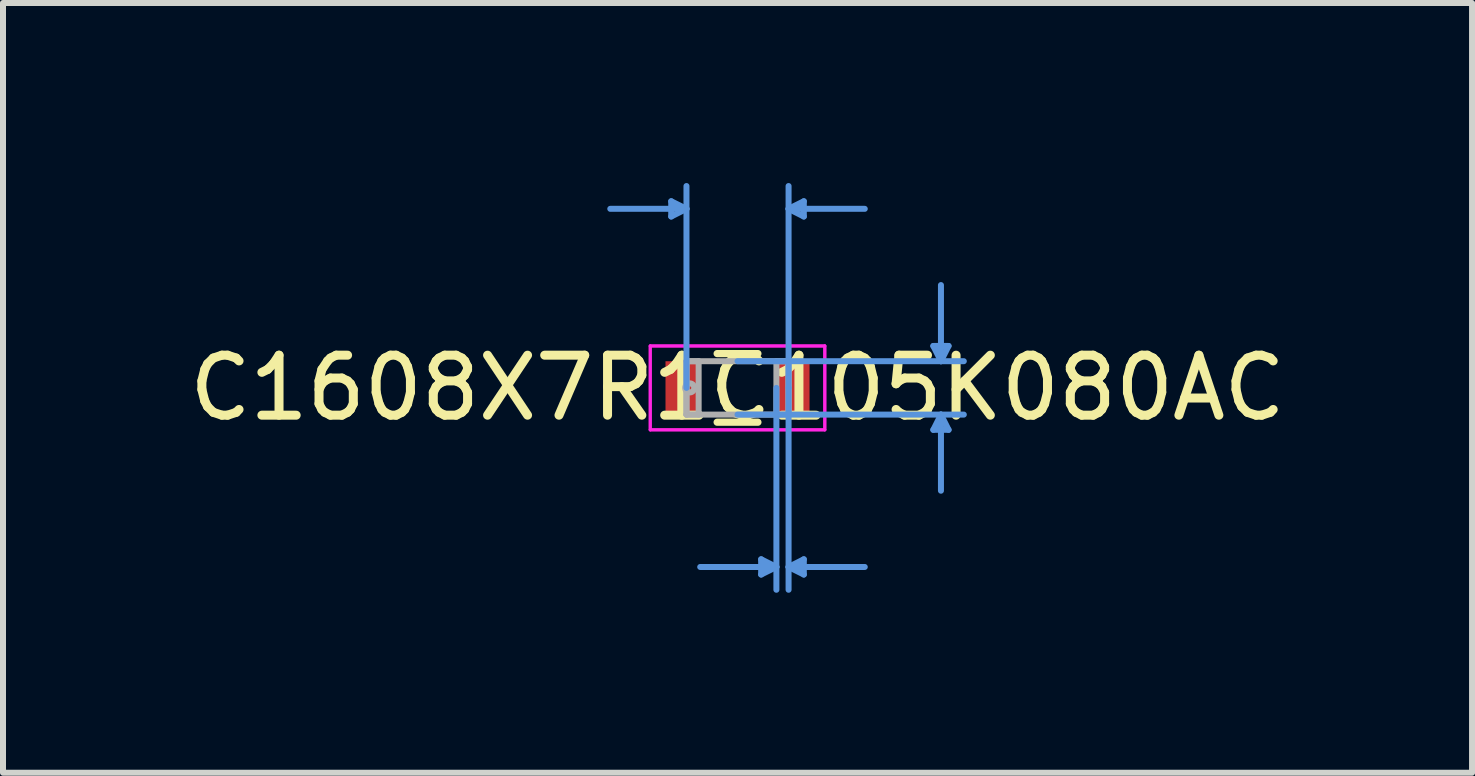
<source format=kicad_pcb>
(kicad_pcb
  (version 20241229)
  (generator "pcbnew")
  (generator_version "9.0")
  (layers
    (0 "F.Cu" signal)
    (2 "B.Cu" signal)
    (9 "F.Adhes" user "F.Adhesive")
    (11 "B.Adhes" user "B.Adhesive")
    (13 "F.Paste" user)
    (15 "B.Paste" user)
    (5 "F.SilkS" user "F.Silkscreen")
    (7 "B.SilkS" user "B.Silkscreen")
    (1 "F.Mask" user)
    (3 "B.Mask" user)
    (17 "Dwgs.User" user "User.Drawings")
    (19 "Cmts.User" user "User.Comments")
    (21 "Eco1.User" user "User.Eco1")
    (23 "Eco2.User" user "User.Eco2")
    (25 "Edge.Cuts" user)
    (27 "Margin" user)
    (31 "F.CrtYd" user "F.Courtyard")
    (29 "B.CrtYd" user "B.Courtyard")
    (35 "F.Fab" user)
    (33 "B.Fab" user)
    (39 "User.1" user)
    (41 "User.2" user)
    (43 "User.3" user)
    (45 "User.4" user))
  (footprint "C1608X7R1C105K080AC"
    (layer "F.Cu")
    (at 9.244 3.416)
    (property "Reference" "C1608X7R1C105K080AC" (at 0 0 0) (layer "F.SilkS") (effects (font (size 1 1) (thickness 0.15))))
    (attr through_hole)
    (fp_line (start -0.34 0.572) (end 0.34 0.572) (stroke (width 0.12) (type solid)) (layer "F.SilkS"))
    (fp_line (start 0.34 -0.572) (end -0.34 -0.572) (stroke (width 0.12) (type solid)) (layer "F.SilkS"))
    (fp_line (start -1.105 -3.111) (end -1.105 -2.857) (stroke (width 0.1) (type solid)) (layer "Cmts.User"))
    (fp_line (start -0.851 -2.985) (end -2.121 -2.985) (stroke (width 0.1) (type solid)) (layer "Cmts.User"))
    (fp_line (start -0.851 -2.985) (end -1.105 -3.111) (stroke (width 0.1) (type solid)) (layer "Cmts.User"))
    (fp_line (start -0.851 -2.985) (end -1.105 -2.857) (stroke (width 0.1) (type solid)) (layer "Cmts.User"))
    (fp_line (start -0.851 0) (end -0.851 -3.365) (stroke (width 0.1) (type solid)) (layer "Cmts.User"))
    (fp_line (start 0 -0.445) (end 3.772 -0.445) (stroke (width 0.1) (type solid)) (layer "Cmts.User"))
    (fp_line (start 0 0.445) (end 3.772 0.445) (stroke (width 0.1) (type solid)) (layer "Cmts.User"))
    (fp_line (start 0.394 2.857) (end 0.394 3.111) (stroke (width 0.1) (type solid)) (layer "Cmts.User"))
    (fp_line (start 0.648 0) (end 0.648 3.365) (stroke (width 0.1) (type solid)) (layer "Cmts.User"))
    (fp_line (start 0.648 2.985) (end -0.622 2.985) (stroke (width 0.1) (type solid)) (layer "Cmts.User"))
    (fp_line (start 0.648 2.985) (end 0.394 2.857) (stroke (width 0.1) (type solid)) (layer "Cmts.User"))
    (fp_line (start 0.648 2.985) (end 0.394 3.111) (stroke (width 0.1) (type solid)) (layer "Cmts.User"))
    (fp_line (start 0.851 -2.985) (end 1.105 -3.111) (stroke (width 0.1) (type solid)) (layer "Cmts.User"))
    (fp_line (start 0.851 -2.985) (end 1.105 -2.857) (stroke (width 0.1) (type solid)) (layer "Cmts.User"))
    (fp_line (start 0.851 -2.985) (end 2.121 -2.985) (stroke (width 0.1) (type solid)) (layer "Cmts.User"))
    (fp_line (start 0.851 0) (end 0.851 -3.365) (stroke (width 0.1) (type solid)) (layer "Cmts.User"))
    (fp_line (start 0.851 0) (end 0.851 3.365) (stroke (width 0.1) (type solid)) (layer "Cmts.User"))
    (fp_line (start 0.851 2.985) (end 1.105 2.857) (stroke (width 0.1) (type solid)) (layer "Cmts.User"))
    (fp_line (start 0.851 2.985) (end 1.105 3.111) (stroke (width 0.1) (type solid)) (layer "Cmts.User"))
    (fp_line (start 0.851 2.985) (end 2.121 2.985) (stroke (width 0.1) (type solid)) (layer "Cmts.User"))
    (fp_line (start 1.105 -3.111) (end 1.105 -2.857) (stroke (width 0.1) (type solid)) (layer "Cmts.User"))
    (fp_line (start 1.105 2.857) (end 1.105 3.111) (stroke (width 0.1) (type solid)) (layer "Cmts.User"))
    (fp_line (start 3.264 -0.699) (end 3.518 -0.699) (stroke (width 0.1) (type solid)) (layer "Cmts.User"))
    (fp_line (start 3.264 0.699) (end 3.518 0.699) (stroke (width 0.1) (type solid)) (layer "Cmts.User"))
    (fp_line (start 3.391 -0.445) (end 3.264 -0.699) (stroke (width 0.1) (type solid)) (layer "Cmts.User"))
    (fp_line (start 3.391 -0.445) (end 3.391 -1.714) (stroke (width 0.1) (type solid)) (layer "Cmts.User"))
    (fp_line (start 3.391 -0.445) (end 3.518 -0.699) (stroke (width 0.1) (type solid)) (layer "Cmts.User"))
    (fp_line (start 3.391 0.445) (end 3.264 0.699) (stroke (width 0.1) (type solid)) (layer "Cmts.User"))
    (fp_line (start 3.391 0.445) (end 3.391 1.714) (stroke (width 0.1) (type solid)) (layer "Cmts.User"))
    (fp_line (start 3.391 0.445) (end 3.518 0.699) (stroke (width 0.1) (type solid)) (layer "Cmts.User"))
    (fp_line (start -1.455 -0.699) (end 1.455 -0.699) (stroke (width 0.05) (type solid)) (layer "F.CrtYd"))
    (fp_line (start -1.455 -0.699) (end 1.455 -0.699) (stroke (width 0.05) (type solid)) (layer "F.CrtYd"))
    (fp_line (start -1.455 0.699) (end -1.455 -0.699) (stroke (width 0.05) (type solid)) (layer "F.CrtYd"))
    (fp_line (start -1.455 0.699) (end -1.455 -0.699) (stroke (width 0.05) (type solid)) (layer "F.CrtYd"))
    (fp_line (start 1.455 -0.699) (end 1.455 0.699) (stroke (width 0.05) (type solid)) (layer "F.CrtYd"))
    (fp_line (start 1.455 -0.699) (end 1.455 0.699) (stroke (width 0.05) (type solid)) (layer "F.CrtYd"))
    (fp_line (start 1.455 0.699) (end -1.455 0.699) (stroke (width 0.05) (type solid)) (layer "F.CrtYd"))
    (fp_line (start 1.455 0.699) (end -1.455 0.699) (stroke (width 0.05) (type solid)) (layer "F.CrtYd"))
    (fp_line (start -0.851 -0.445) (end -0.851 0.445) (stroke (width 0.1) (type solid)) (layer "F.Fab"))
    (fp_line (start -0.851 -0.445) (end -0.851 0.445) (stroke (width 0.1) (type solid)) (layer "F.Fab"))
    (fp_line (start -0.851 0.445) (end -0.648 0.445) (stroke (width 0.1) (type solid)) (layer "F.Fab"))
    (fp_line (start -0.851 0.445) (end 0.851 0.445) (stroke (width 0.1) (type solid)) (layer "F.Fab"))
    (fp_line (start -0.648 -0.445) (end -0.851 -0.445) (stroke (width 0.1) (type solid)) (layer "F.Fab"))
    (fp_line (start -0.648 0.445) (end -0.648 -0.445) (stroke (width 0.1) (type solid)) (layer "F.Fab"))
    (fp_line (start 0.648 -0.445) (end 0.648 0.445) (stroke (width 0.1) (type solid)) (layer "F.Fab"))
    (fp_line (start 0.648 0.445) (end 0.851 0.445) (stroke (width 0.1) (type solid)) (layer "F.Fab"))
    (fp_line (start 0.851 -0.445) (end -0.851 -0.445) (stroke (width 0.1) (type solid)) (layer "F.Fab"))
    (fp_line (start 0.851 -0.445) (end 0.648 -0.445) (stroke (width 0.1) (type solid)) (layer "F.Fab"))
    (fp_line (start 0.851 0.445) (end 0.851 -0.445) (stroke (width 0.1) (type solid)) (layer "F.Fab"))
    (fp_line (start 0.851 0.445) (end 0.851 -0.445) (stroke (width 0.1) (type solid)) (layer "F.Fab"))
    (fp_circle (center -0.797 0) (end -0.721 0) (stroke (width 0.1) (type solid)) (fill no) (layer "F.Fab"))
    (pad "1" smd rect (at -0.924 0) (size 0.553 0.889) (layers "F.Cu" "F.Mask" "F.Paste"))
    (pad "2" smd rect (at 0.924 0) (size 0.553 0.889) (layers "F.Cu" "F.Mask" "F.Paste")))
  (gr_rect
    (start -3 -3)
    (end 21.488 9.831)
    (stroke (width 0.1) (type default))
    (fill no)
    (layer "Edge.Cuts")))
</source>
